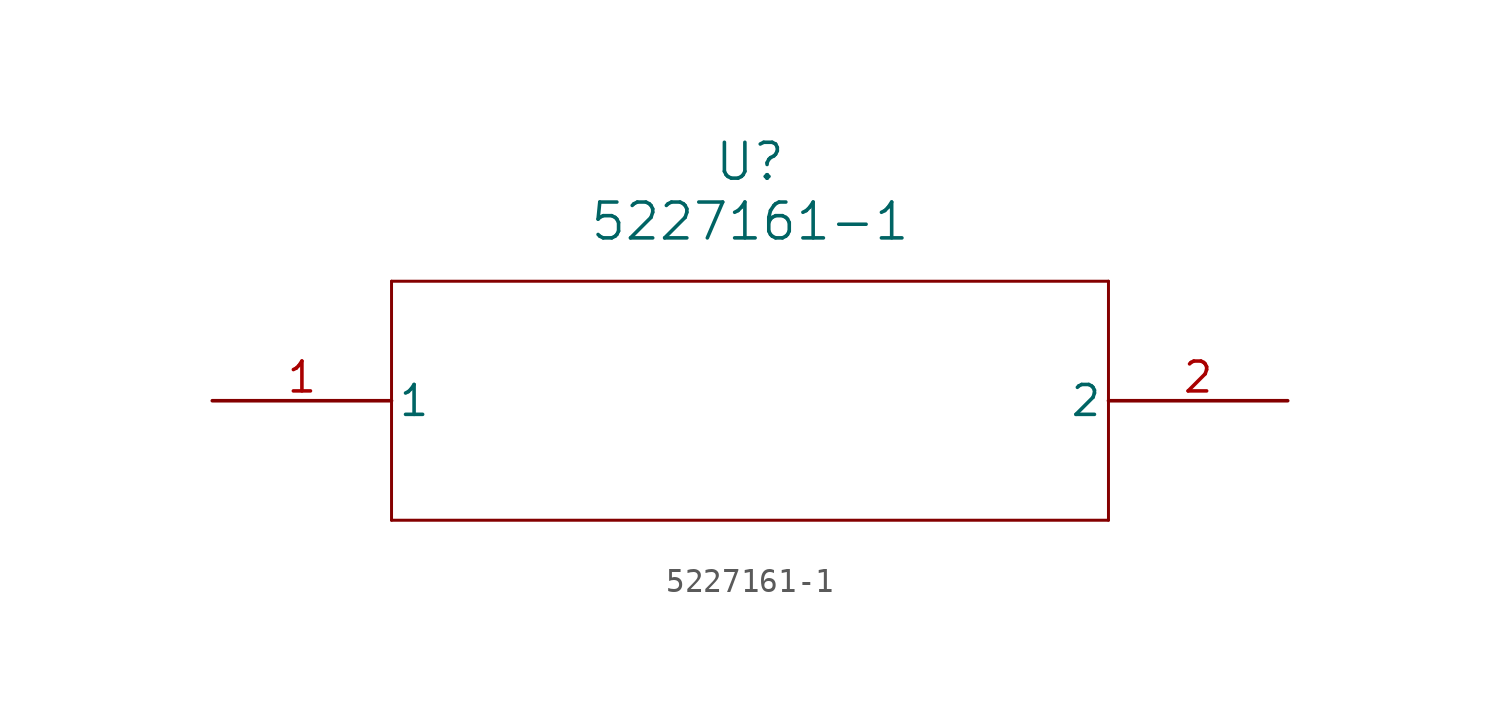
<source format=kicad_sym>
(kicad_symbol_lib
  (version 20220914)
  (generator kicad_symbol_editor)
  (symbol "5227161-1"
    (pin_names
      (offset 0.254))
    (property "Reference" "U"
      (at 22.86 10.16 0)
      (effects (font (size 1.524 1.524))))
    (property "Value" "5227161-1"
      (at 22.86 7.62 0)
      (effects (font (size 1.524 1.524))))
    (property "ki_locked" ""
      (at 0 0 0)
      (effects (font (size 1.27 1.27))))
    (symbol "5227161-1_0_1"
      (polyline (pts (xy 7.62 -5.08) (xy 38.1 -5.08)) (stroke (width 0.127) (type default)) (fill (type none)))
      (polyline (pts (xy 7.62 5.08) (xy 7.62 -5.08)) (stroke (width 0.127) (type default)) (fill (type none)))
      (polyline (pts (xy 38.1 -5.08) (xy 38.1 5.08)) (stroke (width 0.127) (type default)) (fill (type none)))
      (polyline (pts (xy 38.1 5.08) (xy 7.62 5.08)) (stroke (width 0.127) (type default)) (fill (type none))))
    (symbol "5227161-1_1_1"
      (pin input line (at 0 0 0) (length 7.62) (name "1" (effects (font (size 1.27 1.27)))) (number "1" (effects (font (size 1.27 1.27)))))
      (pin power_in line (at 45.72 0 180) (length 7.62) (name "2" (effects (font (size 1.27 1.27)))) (number "2" (effects (font (size 1.27 1.27))))))))
</source>
